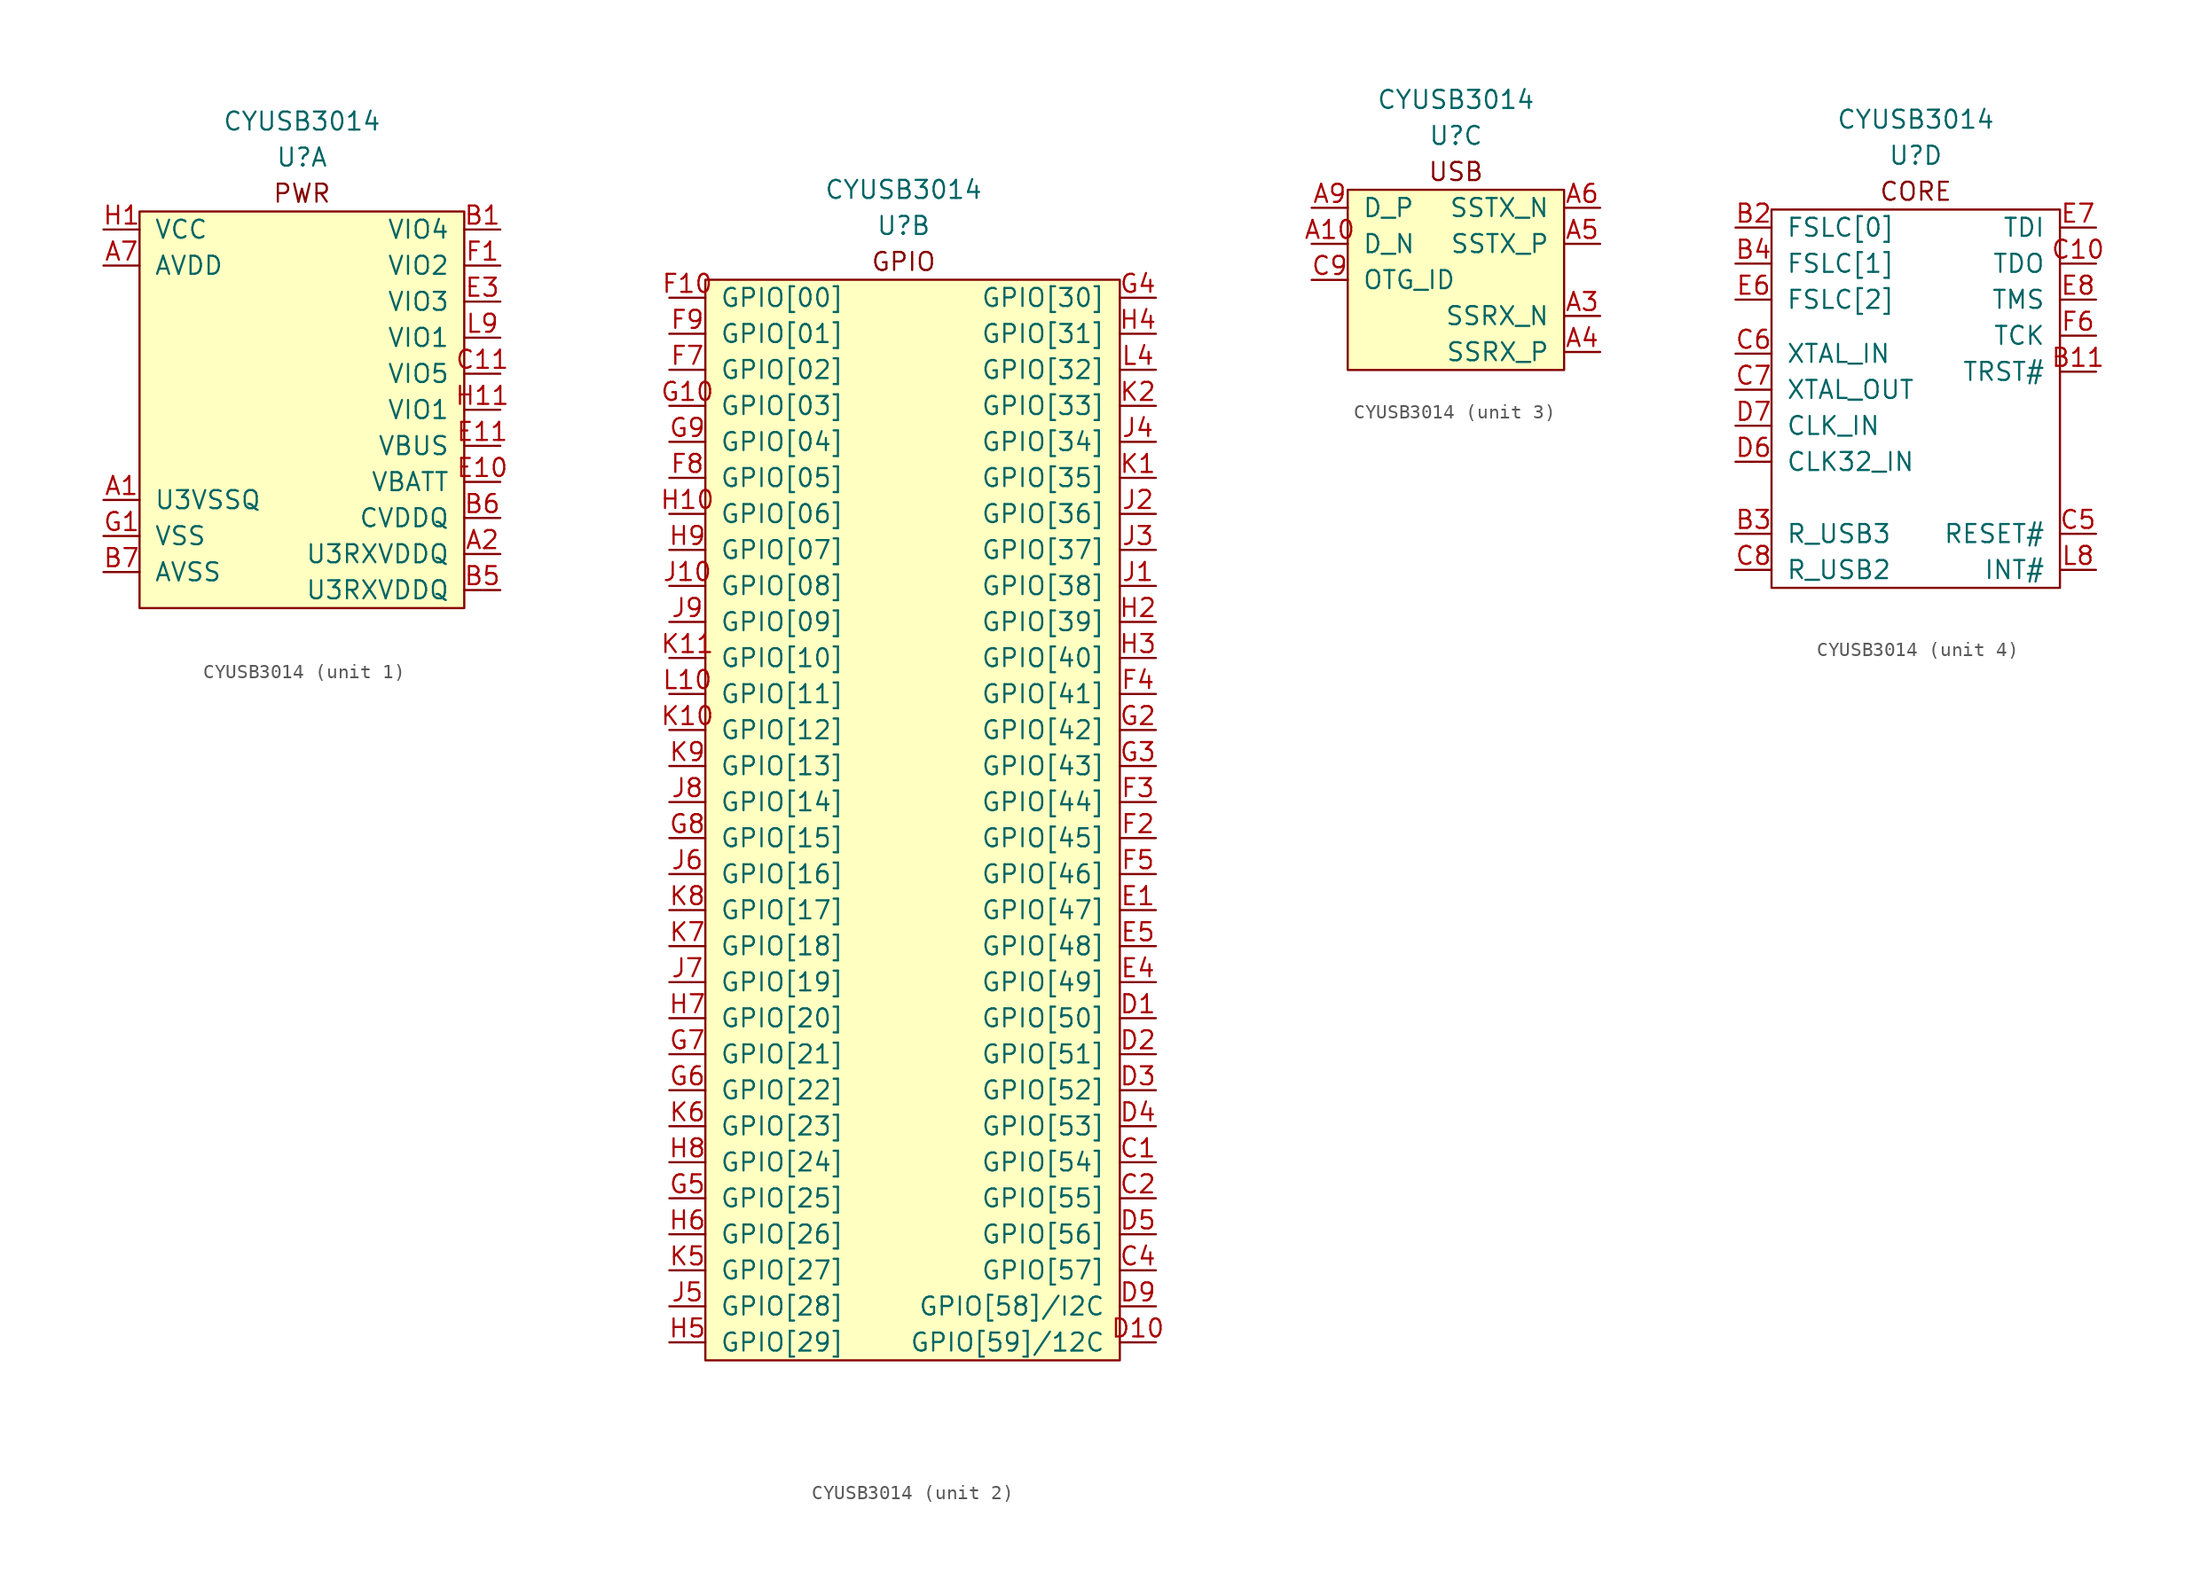
<source format=kicad_sym>
(kicad_symbol_lib
  (version 20201005)
  (generator kicad_symbol_editor)
  (symbol "lethalbit:CYUSB3014"
    (pin_names
      (offset 1.016))
    (property "Reference" "U"
      (at 0 17.78 0)
      (effects (font (size 1.27 1.27))))
    (property "Value" "CYUSB3014"
      (at 0 20.32 0)
      (effects (font (size 1.27 1.27))))
    (property "ki_locked" ""
      (at 0 0 0)
      (effects (font (size 1.27 1.27))))
    (symbol "CYUSB3014_1_1"
      (text "PWR" (at 0 15.24 0) (effects (font (size 1.27 1.27))))
      (rectangle (start -11.43 13.97) (end 11.43 -13.97) (stroke (width 0)) (fill (type background)))
      (pin passive line (at -13.97 -6.35 0) (length 2.54) (name "U3VSSQ" (effects (font (size 1.27 1.27)))) (number "A1" (effects (font (size 1.27 1.27)))))
      (pin power_in line (at 13.97 -10.16 180) (length 2.54) (name "U3RXVDDQ" (effects (font (size 1.27 1.27)))) (number "A2" (effects (font (size 1.27 1.27)))))
      (pin power_in line (at -13.97 10.16 0) (length 2.54) (name "AVDD" (effects (font (size 1.27 1.27)))) (number "A7" (effects (font (size 1.27 1.27)))))
      (pin passive line (at -13.97 -8.89 0) (length 2.54) hide (name "VSS" (effects (font (size 1.27 1.27)))) (number "A8" (effects (font (size 1.27 1.27)))))
      (pin power_in line (at 13.97 12.7 180) (length 2.54) (name "VIO4" (effects (font (size 1.27 1.27)))) (number "B1" (effects (font (size 1.27 1.27)))))
      (pin passive line (at -13.97 12.7 0) (length 2.54) hide (name "VCC" (effects (font (size 1.27 1.27)))) (number "B10" (effects (font (size 1.27 1.27)))))
      (pin power_in line (at 13.97 -12.7 180) (length 2.54) (name "U3RXVDDQ" (effects (font (size 1.27 1.27)))) (number "B5" (effects (font (size 1.27 1.27)))))
      (pin power_in line (at 13.97 -7.62 180) (length 2.54) (name "CVDDQ" (effects (font (size 1.27 1.27)))) (number "B6" (effects (font (size 1.27 1.27)))))
      (pin passive line (at -13.97 -11.43 0) (length 2.54) (name "AVSS" (effects (font (size 1.27 1.27)))) (number "B7" (effects (font (size 1.27 1.27)))))
      (pin passive line (at -13.97 -8.89 0) (length 2.54) hide (name "VSS" (effects (font (size 1.27 1.27)))) (number "B8" (effects (font (size 1.27 1.27)))))
      (pin passive line (at -13.97 -8.89 0) (length 2.54) hide (name "VSS" (effects (font (size 1.27 1.27)))) (number "B9" (effects (font (size 1.27 1.27)))))
      (pin power_in line (at 13.97 2.54 180) (length 2.54) (name "VIO5" (effects (font (size 1.27 1.27)))) (number "C11" (effects (font (size 1.27 1.27)))))
      (pin passive line (at -13.97 12.7 0) (length 2.54) hide (name "VCC" (effects (font (size 1.27 1.27)))) (number "C3" (effects (font (size 1.27 1.27)))))
      (pin passive line (at -13.97 -8.89 0) (length 2.54) hide (name "VSS" (effects (font (size 1.27 1.27)))) (number "D8" (effects (font (size 1.27 1.27)))))
      (pin power_in line (at 13.97 -5.08 180) (length 2.54) (name "VBATT" (effects (font (size 1.27 1.27)))) (number "E10" (effects (font (size 1.27 1.27)))))
      (pin power_in line (at 13.97 -2.54 180) (length 2.54) (name "VBUS" (effects (font (size 1.27 1.27)))) (number "E11" (effects (font (size 1.27 1.27)))))
      (pin passive line (at -13.97 -8.89 0) (length 2.54) hide (name "VSS" (effects (font (size 1.27 1.27)))) (number "E2" (effects (font (size 1.27 1.27)))))
      (pin power_in line (at 13.97 7.62 180) (length 2.54) (name "VIO3" (effects (font (size 1.27 1.27)))) (number "E3" (effects (font (size 1.27 1.27)))))
      (pin passive line (at -13.97 12.7 0) (length 2.54) hide (name "VCC" (effects (font (size 1.27 1.27)))) (number "E9" (effects (font (size 1.27 1.27)))))
      (pin power_in line (at 13.97 10.16 180) (length 2.54) (name "VIO2" (effects (font (size 1.27 1.27)))) (number "F1" (effects (font (size 1.27 1.27)))))
      (pin passive line (at -13.97 12.7 0) (length 2.54) hide (name "VCC" (effects (font (size 1.27 1.27)))) (number "F11" (effects (font (size 1.27 1.27)))))
      (pin passive line (at -13.97 -8.89 0) (length 2.54) (name "VSS" (effects (font (size 1.27 1.27)))) (number "G1" (effects (font (size 1.27 1.27)))))
      (pin passive line (at -13.97 -8.89 0) (length 2.54) hide (name "VSS" (effects (font (size 1.27 1.27)))) (number "G11" (effects (font (size 1.27 1.27)))))
      (pin power_in line (at -13.97 12.7 0) (length 2.54) (name "VCC" (effects (font (size 1.27 1.27)))) (number "H1" (effects (font (size 1.27 1.27)))))
      (pin power_in line (at 13.97 0 180) (length 2.54) (name "VIO1" (effects (font (size 1.27 1.27)))) (number "H11" (effects (font (size 1.27 1.27)))))
      (pin passive line (at -13.97 12.7 0) (length 2.54) hide (name "VCC" (effects (font (size 1.27 1.27)))) (number "J11" (effects (font (size 1.27 1.27)))))
      (pin passive line (at -13.97 -8.89 0) (length 2.54) hide (name "VSS" (effects (font (size 1.27 1.27)))) (number "K3" (effects (font (size 1.27 1.27)))))
      (pin passive line (at -13.97 -8.89 0) (length 2.54) hide (name "VSS" (effects (font (size 1.27 1.27)))) (number "K4" (effects (font (size 1.27 1.27)))))
      (pin passive line (at -13.97 -8.89 0) (length 2.54) hide (name "VSS" (effects (font (size 1.27 1.27)))) (number "L1" (effects (font (size 1.27 1.27)))))
      (pin passive line (at -13.97 -8.89 0) (length 2.54) hide (name "VSS" (effects (font (size 1.27 1.27)))) (number "L11" (effects (font (size 1.27 1.27)))))
      (pin passive line (at -13.97 -8.89 0) (length 2.54) hide (name "VSS" (effects (font (size 1.27 1.27)))) (number "L2" (effects (font (size 1.27 1.27)))))
      (pin passive line (at -13.97 -8.89 0) (length 2.54) hide (name "VSS" (effects (font (size 1.27 1.27)))) (number "L3" (effects (font (size 1.27 1.27)))))
      (pin passive line (at -13.97 12.7 0) (length 2.54) hide (name "VCC" (effects (font (size 1.27 1.27)))) (number "L5" (effects (font (size 1.27 1.27)))))
      (pin passive line (at -13.97 -8.89 0) (length 2.54) hide (name "VSS" (effects (font (size 1.27 1.27)))) (number "L6" (effects (font (size 1.27 1.27)))))
      (pin passive line (at -13.97 12.7 0) (length 2.54) hide (name "VCC" (effects (font (size 1.27 1.27)))) (number "L7" (effects (font (size 1.27 1.27)))))
      (pin power_in line (at 13.97 5.08 180) (length 2.54) (name "VIO1" (effects (font (size 1.27 1.27)))) (number "L9" (effects (font (size 1.27 1.27))))))
    (symbol "CYUSB3014_2_1"
      (text "GPIO" (at 0 15.24 0) (effects (font (size 1.27 1.27))))
      (rectangle (start -13.97 13.97) (end 15.24 -62.23) (stroke (width 0)) (fill (type background)))
      (pin bidirectional line (at 17.78 -48.26 180) (length 2.54) (name "GPIO[54]" (effects (font (size 1.27 1.27)))) (number "C1" (effects (font (size 1.27 1.27)))))
      (pin bidirectional line (at 17.78 -50.8 180) (length 2.54) (name "GPIO[55]" (effects (font (size 1.27 1.27)))) (number "C2" (effects (font (size 1.27 1.27)))))
      (pin bidirectional line (at 17.78 -55.88 180) (length 2.54) (name "GPIO[57]" (effects (font (size 1.27 1.27)))) (number "C4" (effects (font (size 1.27 1.27)))))
      (pin bidirectional line (at 17.78 -38.1 180) (length 2.54) (name "GPIO[50]" (effects (font (size 1.27 1.27)))) (number "D1" (effects (font (size 1.27 1.27)))))
      (pin bidirectional line (at 17.78 -60.96 180) (length 2.54) (name "GPIO[59]/12C" (effects (font (size 1.27 1.27)))) (number "D10" (effects (font (size 1.27 1.27)))))
      (pin bidirectional line (at 17.78 -40.64 180) (length 2.54) (name "GPIO[51]" (effects (font (size 1.27 1.27)))) (number "D2" (effects (font (size 1.27 1.27)))))
      (pin bidirectional line (at 17.78 -43.18 180) (length 2.54) (name "GPIO[52]" (effects (font (size 1.27 1.27)))) (number "D3" (effects (font (size 1.27 1.27)))))
      (pin bidirectional line (at 17.78 -45.72 180) (length 2.54) (name "GPIO[53]" (effects (font (size 1.27 1.27)))) (number "D4" (effects (font (size 1.27 1.27)))))
      (pin bidirectional line (at 17.78 -53.34 180) (length 2.54) (name "GPIO[56]" (effects (font (size 1.27 1.27)))) (number "D5" (effects (font (size 1.27 1.27)))))
      (pin bidirectional line (at 17.78 -58.42 180) (length 2.54) (name "GPIO[58]/I2C" (effects (font (size 1.27 1.27)))) (number "D9" (effects (font (size 1.27 1.27)))))
      (pin bidirectional line (at 17.78 -30.48 180) (length 2.54) (name "GPIO[47]" (effects (font (size 1.27 1.27)))) (number "E1" (effects (font (size 1.27 1.27)))))
      (pin bidirectional line (at 17.78 -35.56 180) (length 2.54) (name "GPIO[49]" (effects (font (size 1.27 1.27)))) (number "E4" (effects (font (size 1.27 1.27)))))
      (pin bidirectional line (at 17.78 -33.02 180) (length 2.54) (name "GPIO[48]" (effects (font (size 1.27 1.27)))) (number "E5" (effects (font (size 1.27 1.27)))))
      (pin bidirectional line (at -16.51 12.7 0) (length 2.54) (name "GPIO[00]" (effects (font (size 1.27 1.27)))) (number "F10" (effects (font (size 1.27 1.27)))))
      (pin bidirectional line (at 17.78 -25.4 180) (length 2.54) (name "GPIO[45]" (effects (font (size 1.27 1.27)))) (number "F2" (effects (font (size 1.27 1.27)))))
      (pin bidirectional line (at 17.78 -22.86 180) (length 2.54) (name "GPIO[44]" (effects (font (size 1.27 1.27)))) (number "F3" (effects (font (size 1.27 1.27)))))
      (pin bidirectional line (at 17.78 -15.24 180) (length 2.54) (name "GPIO[41]" (effects (font (size 1.27 1.27)))) (number "F4" (effects (font (size 1.27 1.27)))))
      (pin bidirectional line (at 17.78 -27.94 180) (length 2.54) (name "GPIO[46]" (effects (font (size 1.27 1.27)))) (number "F5" (effects (font (size 1.27 1.27)))))
      (pin bidirectional line (at -16.51 7.62 0) (length 2.54) (name "GPIO[02]" (effects (font (size 1.27 1.27)))) (number "F7" (effects (font (size 1.27 1.27)))))
      (pin bidirectional line (at -16.51 0 0) (length 2.54) (name "GPIO[05]" (effects (font (size 1.27 1.27)))) (number "F8" (effects (font (size 1.27 1.27)))))
      (pin bidirectional line (at -16.51 10.16 0) (length 2.54) (name "GPIO[01]" (effects (font (size 1.27 1.27)))) (number "F9" (effects (font (size 1.27 1.27)))))
      (pin bidirectional line (at -16.51 5.08 0) (length 2.54) (name "GPIO[03]" (effects (font (size 1.27 1.27)))) (number "G10" (effects (font (size 1.27 1.27)))))
      (pin bidirectional line (at 17.78 -17.78 180) (length 2.54) (name "GPIO[42]" (effects (font (size 1.27 1.27)))) (number "G2" (effects (font (size 1.27 1.27)))))
      (pin bidirectional line (at 17.78 -20.32 180) (length 2.54) (name "GPIO[43]" (effects (font (size 1.27 1.27)))) (number "G3" (effects (font (size 1.27 1.27)))))
      (pin bidirectional line (at 17.78 12.7 180) (length 2.54) (name "GPIO[30]" (effects (font (size 1.27 1.27)))) (number "G4" (effects (font (size 1.27 1.27)))))
      (pin bidirectional line (at -16.51 -50.8 0) (length 2.54) (name "GPIO[25]" (effects (font (size 1.27 1.27)))) (number "G5" (effects (font (size 1.27 1.27)))))
      (pin bidirectional line (at -16.51 -43.18 0) (length 2.54) (name "GPIO[22]" (effects (font (size 1.27 1.27)))) (number "G6" (effects (font (size 1.27 1.27)))))
      (pin bidirectional line (at -16.51 -40.64 0) (length 2.54) (name "GPIO[21]" (effects (font (size 1.27 1.27)))) (number "G7" (effects (font (size 1.27 1.27)))))
      (pin bidirectional line (at -16.51 -25.4 0) (length 2.54) (name "GPIO[15]" (effects (font (size 1.27 1.27)))) (number "G8" (effects (font (size 1.27 1.27)))))
      (pin bidirectional line (at -16.51 2.54 0) (length 2.54) (name "GPIO[04]" (effects (font (size 1.27 1.27)))) (number "G9" (effects (font (size 1.27 1.27)))))
      (pin bidirectional line (at -16.51 -2.54 0) (length 2.54) (name "GPIO[06]" (effects (font (size 1.27 1.27)))) (number "H10" (effects (font (size 1.27 1.27)))))
      (pin bidirectional line (at 17.78 -10.16 180) (length 2.54) (name "GPIO[39]" (effects (font (size 1.27 1.27)))) (number "H2" (effects (font (size 1.27 1.27)))))
      (pin bidirectional line (at 17.78 -12.7 180) (length 2.54) (name "GPIO[40]" (effects (font (size 1.27 1.27)))) (number "H3" (effects (font (size 1.27 1.27)))))
      (pin bidirectional line (at 17.78 10.16 180) (length 2.54) (name "GPIO[31]" (effects (font (size 1.27 1.27)))) (number "H4" (effects (font (size 1.27 1.27)))))
      (pin bidirectional line (at -16.51 -60.96 0) (length 2.54) (name "GPIO[29]" (effects (font (size 1.27 1.27)))) (number "H5" (effects (font (size 1.27 1.27)))))
      (pin bidirectional line (at -16.51 -53.34 0) (length 2.54) (name "GPIO[26]" (effects (font (size 1.27 1.27)))) (number "H6" (effects (font (size 1.27 1.27)))))
      (pin bidirectional line (at -16.51 -38.1 0) (length 2.54) (name "GPIO[20]" (effects (font (size 1.27 1.27)))) (number "H7" (effects (font (size 1.27 1.27)))))
      (pin bidirectional line (at -16.51 -48.26 0) (length 2.54) (name "GPIO[24]" (effects (font (size 1.27 1.27)))) (number "H8" (effects (font (size 1.27 1.27)))))
      (pin bidirectional line (at -16.51 -5.08 0) (length 2.54) (name "GPIO[07]" (effects (font (size 1.27 1.27)))) (number "H9" (effects (font (size 1.27 1.27)))))
      (pin bidirectional line (at 17.78 -7.62 180) (length 2.54) (name "GPIO[38]" (effects (font (size 1.27 1.27)))) (number "J1" (effects (font (size 1.27 1.27)))))
      (pin bidirectional line (at -16.51 -7.62 0) (length 2.54) (name "GPIO[08]" (effects (font (size 1.27 1.27)))) (number "J10" (effects (font (size 1.27 1.27)))))
      (pin bidirectional line (at 17.78 -2.54 180) (length 2.54) (name "GPIO[36]" (effects (font (size 1.27 1.27)))) (number "J2" (effects (font (size 1.27 1.27)))))
      (pin bidirectional line (at 17.78 -5.08 180) (length 2.54) (name "GPIO[37]" (effects (font (size 1.27 1.27)))) (number "J3" (effects (font (size 1.27 1.27)))))
      (pin bidirectional line (at 17.78 2.54 180) (length 2.54) (name "GPIO[34]" (effects (font (size 1.27 1.27)))) (number "J4" (effects (font (size 1.27 1.27)))))
      (pin bidirectional line (at -16.51 -58.42 0) (length 2.54) (name "GPIO[28]" (effects (font (size 1.27 1.27)))) (number "J5" (effects (font (size 1.27 1.27)))))
      (pin bidirectional line (at -16.51 -27.94 0) (length 2.54) (name "GPIO[16]" (effects (font (size 1.27 1.27)))) (number "J6" (effects (font (size 1.27 1.27)))))
      (pin bidirectional line (at -16.51 -35.56 0) (length 2.54) (name "GPIO[19]" (effects (font (size 1.27 1.27)))) (number "J7" (effects (font (size 1.27 1.27)))))
      (pin bidirectional line (at -16.51 -22.86 0) (length 2.54) (name "GPIO[14]" (effects (font (size 1.27 1.27)))) (number "J8" (effects (font (size 1.27 1.27)))))
      (pin bidirectional line (at -16.51 -10.16 0) (length 2.54) (name "GPIO[09]" (effects (font (size 1.27 1.27)))) (number "J9" (effects (font (size 1.27 1.27)))))
      (pin bidirectional line (at 17.78 0 180) (length 2.54) (name "GPIO[35]" (effects (font (size 1.27 1.27)))) (number "K1" (effects (font (size 1.27 1.27)))))
      (pin bidirectional line (at -16.51 -17.78 0) (length 2.54) (name "GPIO[12]" (effects (font (size 1.27 1.27)))) (number "K10" (effects (font (size 1.27 1.27)))))
      (pin bidirectional line (at -16.51 -12.7 0) (length 2.54) (name "GPIO[10]" (effects (font (size 1.27 1.27)))) (number "K11" (effects (font (size 1.27 1.27)))))
      (pin bidirectional line (at 17.78 5.08 180) (length 2.54) (name "GPIO[33]" (effects (font (size 1.27 1.27)))) (number "K2" (effects (font (size 1.27 1.27)))))
      (pin bidirectional line (at -16.51 -55.88 0) (length 2.54) (name "GPIO[27]" (effects (font (size 1.27 1.27)))) (number "K5" (effects (font (size 1.27 1.27)))))
      (pin bidirectional line (at -16.51 -45.72 0) (length 2.54) (name "GPIO[23]" (effects (font (size 1.27 1.27)))) (number "K6" (effects (font (size 1.27 1.27)))))
      (pin bidirectional line (at -16.51 -33.02 0) (length 2.54) (name "GPIO[18]" (effects (font (size 1.27 1.27)))) (number "K7" (effects (font (size 1.27 1.27)))))
      (pin bidirectional line (at -16.51 -30.48 0) (length 2.54) (name "GPIO[17]" (effects (font (size 1.27 1.27)))) (number "K8" (effects (font (size 1.27 1.27)))))
      (pin bidirectional line (at -16.51 -20.32 0) (length 2.54) (name "GPIO[13]" (effects (font (size 1.27 1.27)))) (number "K9" (effects (font (size 1.27 1.27)))))
      (pin bidirectional line (at -16.51 -15.24 0) (length 2.54) (name "GPIO[11]" (effects (font (size 1.27 1.27)))) (number "L10" (effects (font (size 1.27 1.27)))))
      (pin bidirectional line (at 17.78 7.62 180) (length 2.54) (name "GPIO[32]" (effects (font (size 1.27 1.27)))) (number "L4" (effects (font (size 1.27 1.27))))))
    (symbol "CYUSB3014_3_0"
      (text "USB" (at 0 15.24 0) (effects (font (size 1.27 1.27))))
      (rectangle (start -7.62 13.97) (end 7.62 1.27) (stroke (width 0)) (fill (type background))))
    (symbol "CYUSB3014_3_1"
      (pin bidirectional line (at -10.16 10.16 0) (length 2.54) (name "D_N" (effects (font (size 1.27 1.27)))) (number "A10" (effects (font (size 1.27 1.27)))))
      (pin input line (at 10.16 5.08 180) (length 2.54) (name "SSRX_N" (effects (font (size 1.27 1.27)))) (number "A3" (effects (font (size 1.27 1.27)))))
      (pin input line (at 10.16 2.54 180) (length 2.54) (name "SSRX_P" (effects (font (size 1.27 1.27)))) (number "A4" (effects (font (size 1.27 1.27)))))
      (pin output line (at 10.16 10.16 180) (length 2.54) (name "SSTX_P" (effects (font (size 1.27 1.27)))) (number "A5" (effects (font (size 1.27 1.27)))))
      (pin output line (at 10.16 12.7 180) (length 2.54) (name "SSTX_N" (effects (font (size 1.27 1.27)))) (number "A6" (effects (font (size 1.27 1.27)))))
      (pin bidirectional line (at -10.16 12.7 0) (length 2.54) (name "D_P" (effects (font (size 1.27 1.27)))) (number "A9" (effects (font (size 1.27 1.27)))))
      (pin bidirectional line (at -10.16 7.62 0) (length 2.54) (name "OTG_ID" (effects (font (size 1.27 1.27)))) (number "C9" (effects (font (size 1.27 1.27))))))
    (symbol "CYUSB3014_4_1"
      (text "CORE" (at 0 15.24 0) (effects (font (size 1.27 1.27))))
      (rectangle (start -10.16 13.97) (end 10.16 -12.7) (stroke (width 0)) (fill (type none)))
      (pin no_connect non_logic (at 12.7 -2.54 180) (length 2.54) hide (name "NC" (effects (font (size 1.27 1.27)))) (number "A11" (effects (font (size 1.27 1.27)))))
      (pin bidirectional line (at 12.7 2.54 180) (length 2.54) (name "TRST#" (effects (font (size 1.27 1.27)))) (number "B11" (effects (font (size 1.27 1.27)))))
      (pin bidirectional line (at -12.7 12.7 0) (length 2.54) (name "FSLC[0]" (effects (font (size 1.27 1.27)))) (number "B2" (effects (font (size 1.27 1.27)))))
      (pin bidirectional line (at -12.7 -8.89 0) (length 2.54) (name "R_USB3" (effects (font (size 1.27 1.27)))) (number "B3" (effects (font (size 1.27 1.27)))))
      (pin bidirectional line (at -12.7 10.16 0) (length 2.54) (name "FSLC[1]" (effects (font (size 1.27 1.27)))) (number "B4" (effects (font (size 1.27 1.27)))))
      (pin bidirectional line (at 12.7 10.16 180) (length 2.54) (name "TDO" (effects (font (size 1.27 1.27)))) (number "C10" (effects (font (size 1.27 1.27)))))
      (pin bidirectional line (at 12.7 -8.89 180) (length 2.54) (name "RESET#" (effects (font (size 1.27 1.27)))) (number "C5" (effects (font (size 1.27 1.27)))))
      (pin bidirectional line (at -12.7 3.81 0) (length 2.54) (name "XTAL_IN" (effects (font (size 1.27 1.27)))) (number "C6" (effects (font (size 1.27 1.27)))))
      (pin bidirectional line (at -12.7 1.27 0) (length 2.54) (name "XTAL_OUT" (effects (font (size 1.27 1.27)))) (number "C7" (effects (font (size 1.27 1.27)))))
      (pin bidirectional line (at -12.7 -11.43 0) (length 2.54) (name "R_USB2" (effects (font (size 1.27 1.27)))) (number "C8" (effects (font (size 1.27 1.27)))))
      (pin no_connect non_logic (at 12.7 0 180) (length 2.54) hide (name "NC" (effects (font (size 1.27 1.27)))) (number "D11" (effects (font (size 1.27 1.27)))))
      (pin bidirectional line (at -12.7 -3.81 0) (length 2.54) (name "CLK32_IN" (effects (font (size 1.27 1.27)))) (number "D6" (effects (font (size 1.27 1.27)))))
      (pin bidirectional line (at -12.7 -1.27 0) (length 2.54) (name "CLK_IN" (effects (font (size 1.27 1.27)))) (number "D7" (effects (font (size 1.27 1.27)))))
      (pin bidirectional line (at -12.7 7.62 0) (length 2.54) (name "FSLC[2]" (effects (font (size 1.27 1.27)))) (number "E6" (effects (font (size 1.27 1.27)))))
      (pin bidirectional line (at 12.7 12.7 180) (length 2.54) (name "TDI" (effects (font (size 1.27 1.27)))) (number "E7" (effects (font (size 1.27 1.27)))))
      (pin bidirectional line (at 12.7 7.62 180) (length 2.54) (name "TMS" (effects (font (size 1.27 1.27)))) (number "E8" (effects (font (size 1.27 1.27)))))
      (pin bidirectional line (at 12.7 5.08 180) (length 2.54) (name "TCK" (effects (font (size 1.27 1.27)))) (number "F6" (effects (font (size 1.27 1.27)))))
      (pin bidirectional line (at 12.7 -11.43 180) (length 2.54) (name "INT#" (effects (font (size 1.27 1.27)))) (number "L8" (effects (font (size 1.27 1.27))))))))
</source>
